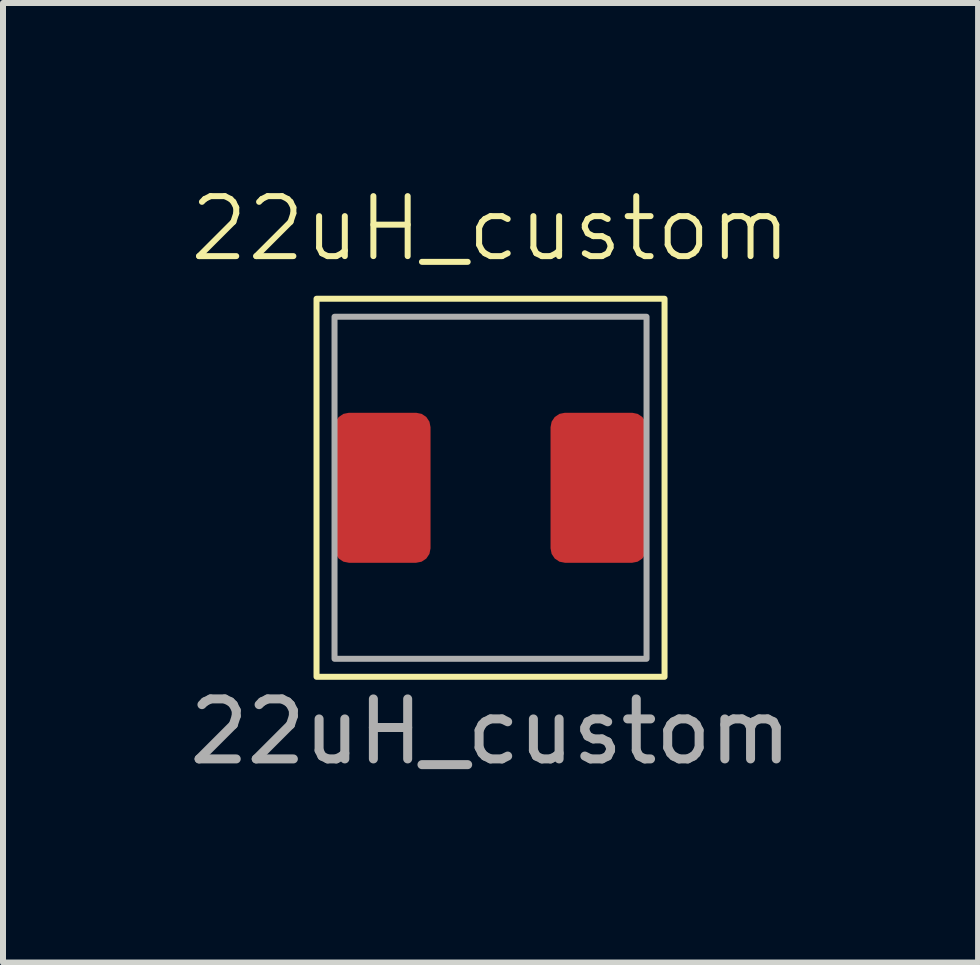
<source format=kicad_pcb>
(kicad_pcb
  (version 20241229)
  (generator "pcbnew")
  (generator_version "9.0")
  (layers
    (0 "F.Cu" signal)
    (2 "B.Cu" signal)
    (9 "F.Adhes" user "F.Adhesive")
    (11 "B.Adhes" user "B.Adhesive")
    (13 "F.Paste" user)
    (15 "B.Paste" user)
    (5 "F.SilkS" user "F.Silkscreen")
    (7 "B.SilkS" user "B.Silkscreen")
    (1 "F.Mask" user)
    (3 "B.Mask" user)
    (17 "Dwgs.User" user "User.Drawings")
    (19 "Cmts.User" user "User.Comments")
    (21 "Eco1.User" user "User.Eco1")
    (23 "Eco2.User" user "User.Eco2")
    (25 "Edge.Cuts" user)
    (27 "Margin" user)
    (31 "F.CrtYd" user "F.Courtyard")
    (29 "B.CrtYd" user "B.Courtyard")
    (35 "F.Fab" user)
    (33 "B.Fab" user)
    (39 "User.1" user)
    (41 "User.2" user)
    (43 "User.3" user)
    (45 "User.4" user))
  (footprint "22uH_custom"
    (layer "F.Cu")
    (at 5.125 5.079)
    (property "Reference" "22uH_custom" (at 0 -4.318 0) (unlocked yes) (layer "F.SilkS") (effects (font (size 1 1) (thickness 0.1))))
    (attr smd)
    (fp_rect (start -2.9 -3.15) (end 2.9 3.15) (stroke (width 0.1) (type solid)) (fill no) (layer "F.SilkS"))
    (fp_rect (start -2.6 -2.85) (end 2.6 2.85) (stroke (width 0.1) (type solid)) (fill no) (layer "F.Fab"))
    (fp_text user "${REFERENCE}" (at 0 4.064 0) (unlocked yes) (layer "F.Fab") (effects (font (size 1 1) (thickness 0.15))))
    (pad "1" smd roundrect (at -1.8 0 180) (size 1.6 2.5) (layers "F.Cu" "F.Mask" "F.Paste" "Eco2.User") (roundrect_rratio 0.15))
    (pad "2" smd roundrect (at 1.8 0) (size 1.6 2.5) (layers "F.Cu" "F.Mask" "F.Paste") (roundrect_rratio 0.15)))
  (gr_rect
    (start -3 -3)
    (end 13.25 12.991)
    (stroke (width 0.1) (type default))
    (fill no)
    (layer "Edge.Cuts")))
</source>
